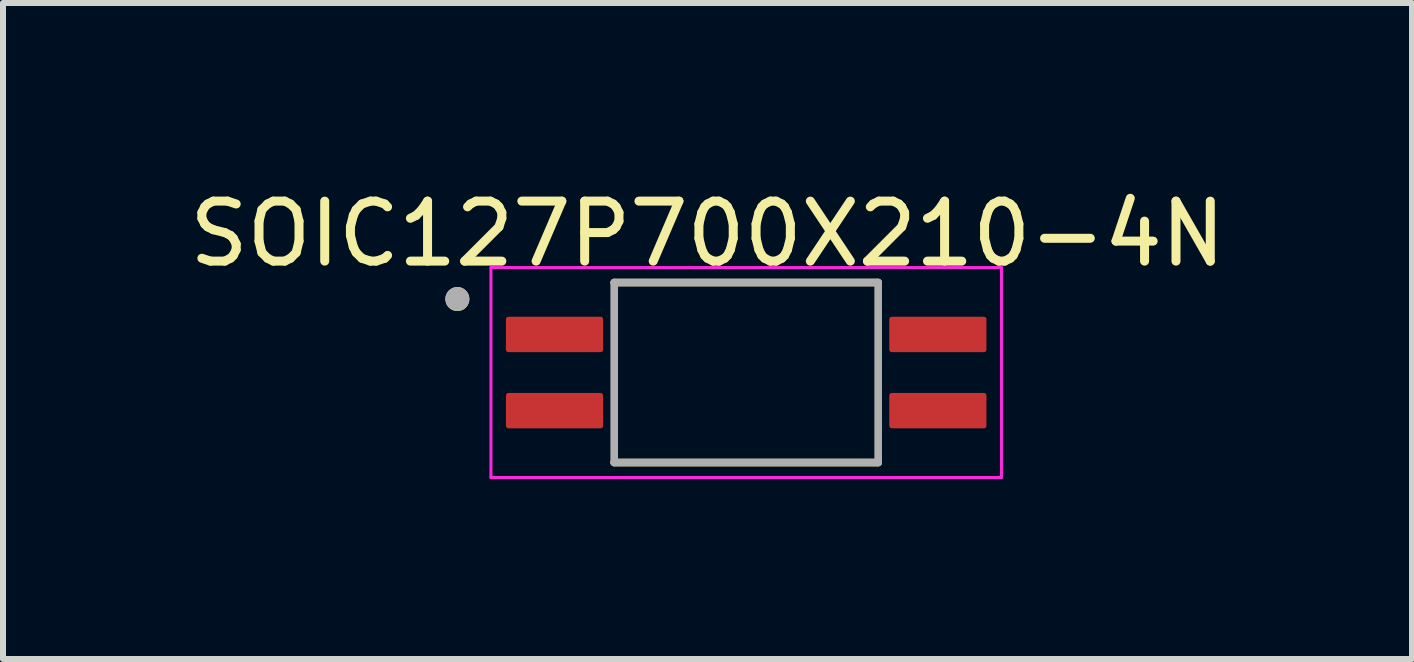
<source format=kicad_pcb>
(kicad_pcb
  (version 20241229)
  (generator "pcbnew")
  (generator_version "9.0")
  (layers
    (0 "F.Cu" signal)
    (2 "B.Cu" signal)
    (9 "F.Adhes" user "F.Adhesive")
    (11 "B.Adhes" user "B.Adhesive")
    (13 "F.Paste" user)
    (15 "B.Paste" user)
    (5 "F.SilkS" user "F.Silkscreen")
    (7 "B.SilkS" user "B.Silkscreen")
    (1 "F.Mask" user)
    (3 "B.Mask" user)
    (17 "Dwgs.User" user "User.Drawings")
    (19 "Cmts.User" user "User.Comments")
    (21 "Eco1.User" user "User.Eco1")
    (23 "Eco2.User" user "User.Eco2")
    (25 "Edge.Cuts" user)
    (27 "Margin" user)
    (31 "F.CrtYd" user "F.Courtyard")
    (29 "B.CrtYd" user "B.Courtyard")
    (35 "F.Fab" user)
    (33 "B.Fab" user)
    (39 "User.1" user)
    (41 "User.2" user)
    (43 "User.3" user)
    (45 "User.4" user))
  (footprint "SOIC127P700X210-4N"
    (layer "F.Cu")
    (at 9.389 3.16)
    (property "Reference" "SOIC127P700X210-4N" (at -0.645 -2.312 0) (layer "F.SilkS") (effects (font (size 1 1) (thickness 0.15))))
    (attr smd)
    (fp_line (start -2.2 -1.5) (end 2.2 -1.5) (stroke (width 0.127) (type solid)) (layer "F.SilkS"))
    (fp_line (start -2.2 1.5) (end 2.2 1.5) (stroke (width 0.127) (type solid)) (layer "F.SilkS"))
    (fp_circle (center -4.815 -1.225) (end -4.715 -1.225) (stroke (width 0.2) (type solid)) (fill no) (layer "F.SilkS"))
    (fp_line (start -4.255 -1.75) (end -4.255 1.75) (stroke (width 0.05) (type solid)) (layer "F.CrtYd"))
    (fp_line (start -4.255 -1.75) (end 4.255 -1.75) (stroke (width 0.05) (type solid)) (layer "F.CrtYd"))
    (fp_line (start -4.255 1.75) (end 4.255 1.75) (stroke (width 0.05) (type solid)) (layer "F.CrtYd"))
    (fp_line (start 4.255 -1.75) (end 4.255 1.75) (stroke (width 0.05) (type solid)) (layer "F.CrtYd"))
    (fp_line (start -2.2 -1.5) (end -2.2 1.5) (stroke (width 0.127) (type solid)) (layer "F.Fab"))
    (fp_line (start -2.2 -1.5) (end 2.2 -1.5) (stroke (width 0.127) (type solid)) (layer "F.Fab"))
    (fp_line (start -2.2 1.5) (end 2.2 1.5) (stroke (width 0.127) (type solid)) (layer "F.Fab"))
    (fp_line (start 2.2 -1.5) (end 2.2 1.5) (stroke (width 0.127) (type solid)) (layer "F.Fab"))
    (fp_circle (center -4.815 -1.225) (end -4.715 -1.225) (stroke (width 0.2) (type solid)) (fill no) (layer "F.Fab"))
    (pad "1" smd roundrect (at -3.195 -0.635) (size 1.62 0.59) (layers "F.Cu" "F.Mask" "F.Paste") (roundrect_rratio 0.07))
    (pad "2" smd roundrect (at -3.195 0.635) (size 1.62 0.59) (layers "F.Cu" "F.Mask" "F.Paste") (roundrect_rratio 0.07))
    (pad "3" smd roundrect (at 3.195 0.635) (size 1.62 0.59) (layers "F.Cu" "F.Mask" "F.Paste") (roundrect_rratio 0.07))
    (pad "4" smd roundrect (at 3.195 -0.635) (size 1.62 0.59) (layers "F.Cu" "F.Mask" "F.Paste") (roundrect_rratio 0.07)))
  (gr_rect
    (start -3 -3)
    (end 20.488 7.935)
    (stroke (width 0.1) (type default))
    (fill no)
    (layer "Edge.Cuts")))
</source>
